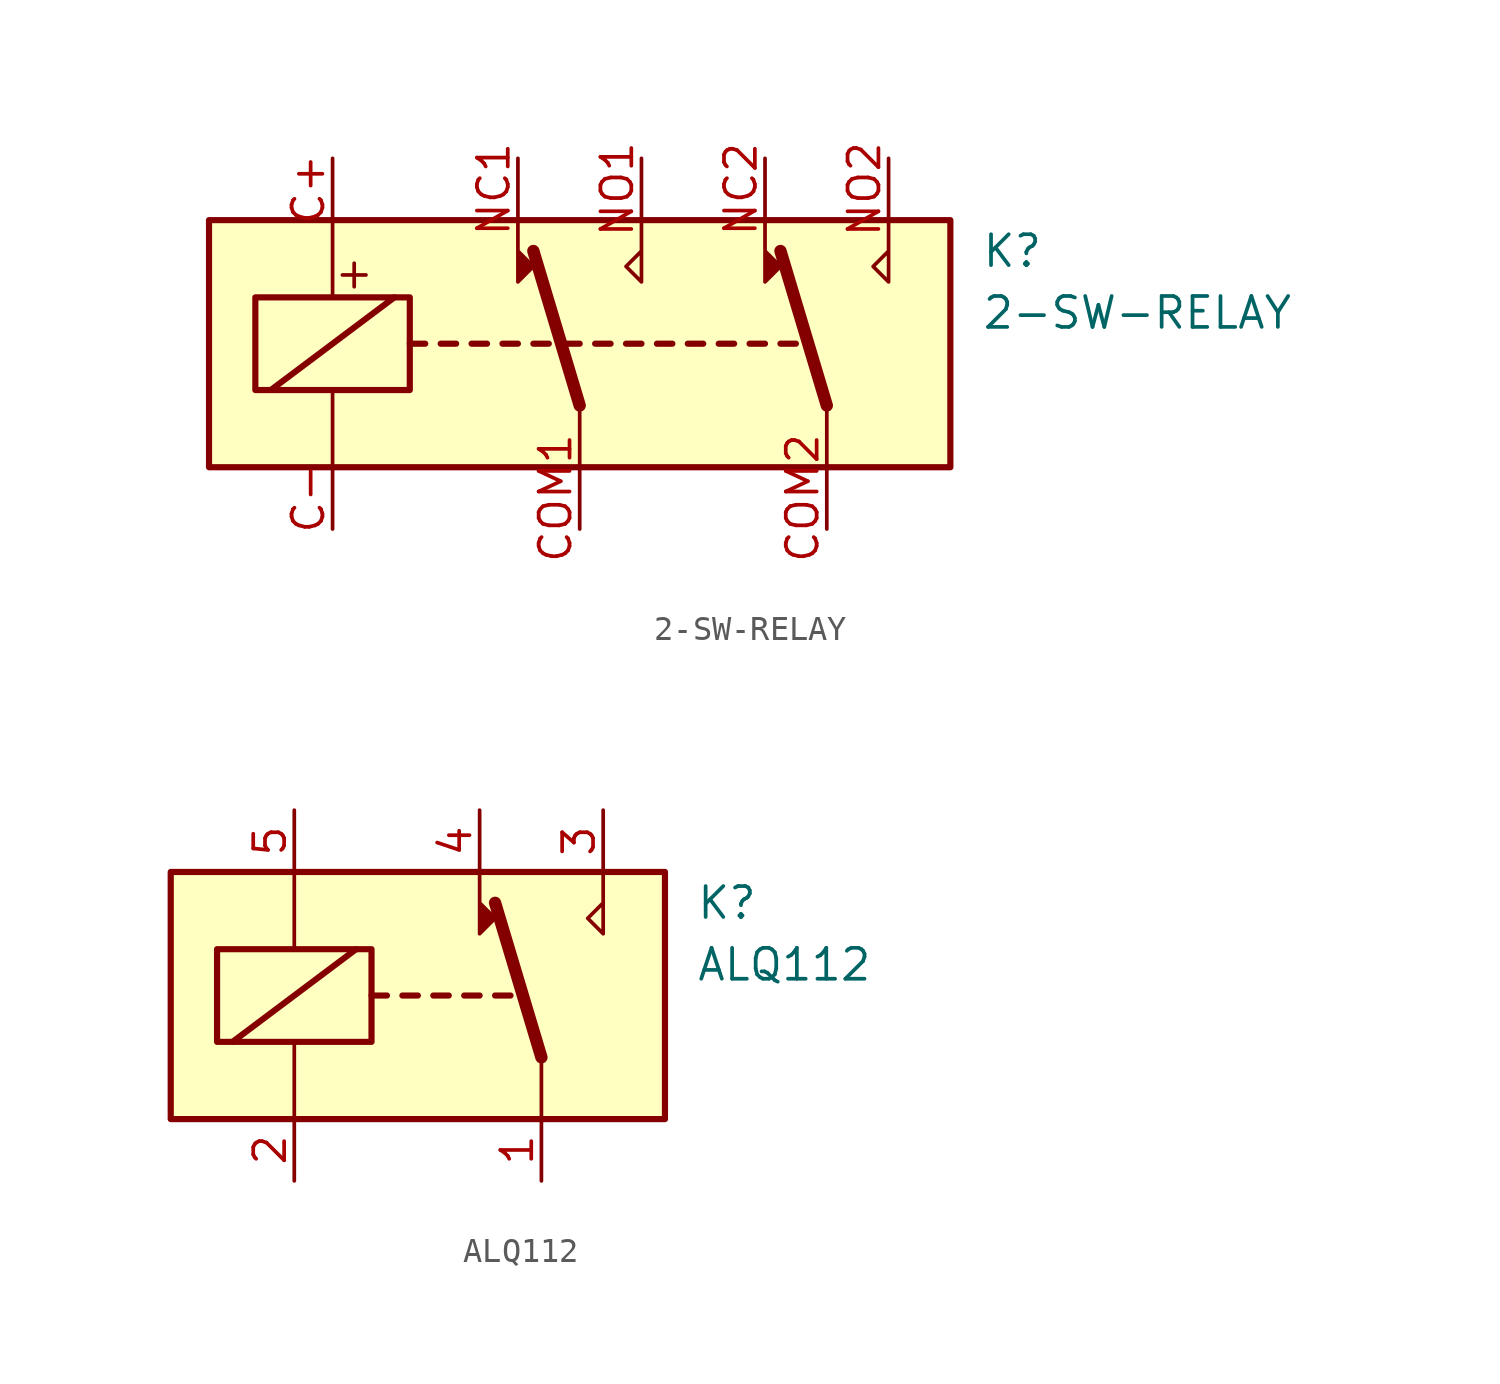
<source format=kicad_sym>
(kicad_symbol_lib
  (version 20211014)
  (generator kicad_symbol_editor)
  (symbol "2-SW-RELAY"
    (property "Reference" "K"
      (at 16.51 3.81 0)
      (effects (font (size 1.27 1.27)) (justify left)))
    (property "Value" "2-SW-RELAY"
      (at 16.51 1.27 0)
      (effects (font (size 1.27 1.27)) (justify left)))
    (symbol "2-SW-RELAY_0_0"
      (text "+" (at -9.271 2.921 0) (effects (font (size 1.27 1.27)))))
    (symbol "2-SW-RELAY_0_1"
      (rectangle (start -15.24 5.08) (end 15.24 -5.08) (stroke (width 0.254) (type default) (color 0 0 0 0)) (fill (type background)))
      (rectangle (start -13.335 1.905) (end -6.985 -1.905) (stroke (width 0.254) (type default) (color 0 0 0 0)) (fill (type none)))
      (polyline (pts (xy -12.7 -1.905) (xy -7.62 1.905)) (stroke (width 0.254) (type default) (color 0 0 0 0)) (fill (type none)))
      (polyline (pts (xy -10.16 -5.08) (xy -10.16 -1.905)) (stroke (width 0) (type default) (color 0 0 0 0)) (fill (type none)))
      (polyline (pts (xy -10.16 5.08) (xy -10.16 1.905)) (stroke (width 0) (type default) (color 0 0 0 0)) (fill (type none)))
      (polyline (pts (xy -6.985 0) (xy -6.35 0)) (stroke (width 0.254) (type default) (color 0 0 0 0)) (fill (type none)))
      (polyline (pts (xy -5.715 0) (xy -5.08 0)) (stroke (width 0.254) (type default) (color 0 0 0 0)) (fill (type none)))
      (polyline (pts (xy -4.445 0) (xy -3.81 0)) (stroke (width 0.254) (type default) (color 0 0 0 0)) (fill (type none)))
      (polyline (pts (xy -3.175 0) (xy -2.54 0)) (stroke (width 0.254) (type default) (color 0 0 0 0)) (fill (type none)))
      (polyline (pts (xy -1.905 0) (xy -1.27 0)) (stroke (width 0.254) (type default) (color 0 0 0 0)) (fill (type none)))
      (polyline (pts (xy -0.635 0) (xy 0 0)) (stroke (width 0.254) (type default) (color 0 0 0 0)) (fill (type none)))
      (polyline (pts (xy 0 -2.54) (xy -1.905 3.81)) (stroke (width 0.508) (type default) (color 0 0 0 0)) (fill (type none)))
      (polyline (pts (xy 0 -2.54) (xy 0 -5.08)) (stroke (width 0) (type default) (color 0 0 0 0)) (fill (type none)))
      (polyline (pts (xy 0.635 0) (xy 1.27 0)) (stroke (width 0.254) (type default) (color 0 0 0 0)) (fill (type none)))
      (polyline (pts (xy 1.905 0) (xy 2.54 0)) (stroke (width 0.254) (type default) (color 0 0 0 0)) (fill (type none)))
      (polyline (pts (xy 3.175 0) (xy 3.81 0)) (stroke (width 0.254) (type default) (color 0 0 0 0)) (fill (type none)))
      (polyline (pts (xy 4.445 0) (xy 5.08 0)) (stroke (width 0.254) (type default) (color 0 0 0 0)) (fill (type none)))
      (polyline (pts (xy 5.715 0) (xy 6.35 0)) (stroke (width 0.254) (type default) (color 0 0 0 0)) (fill (type none)))
      (polyline (pts (xy 6.985 0) (xy 7.62 0)) (stroke (width 0.254) (type default) (color 0 0 0 0)) (fill (type none)))
      (polyline (pts (xy 8.255 0) (xy 8.89 0)) (stroke (width 0.254) (type default) (color 0 0 0 0)) (fill (type none)))
      (polyline (pts (xy 10.16 -2.54) (xy 8.255 3.81)) (stroke (width 0.508) (type default) (color 0 0 0 0)) (fill (type none)))
      (polyline (pts (xy 10.16 -2.54) (xy 10.16 -5.08)) (stroke (width 0) (type default) (color 0 0 0 0)) (fill (type none)))
      (polyline (pts (xy -2.54 5.08) (xy -2.54 2.54) (xy -1.905 3.175) (xy -2.54 3.81)) (stroke (width 0) (type default) (color 0 0 0 0)) (fill (type outline)))
      (polyline (pts (xy 2.54 5.08) (xy 2.54 2.54) (xy 1.905 3.175) (xy 2.54 3.81)) (stroke (width 0) (type default) (color 0 0 0 0)) (fill (type none)))
      (polyline (pts (xy 7.62 5.08) (xy 7.62 2.54) (xy 8.255 3.175) (xy 7.62 3.81)) (stroke (width 0) (type default) (color 0 0 0 0)) (fill (type outline)))
      (polyline (pts (xy 12.7 5.08) (xy 12.7 2.54) (xy 12.065 3.175) (xy 12.7 3.81)) (stroke (width 0) (type default) (color 0 0 0 0)) (fill (type none))))
    (symbol "2-SW-RELAY_1_1"
      (pin passive line (at -10.16 7.62 270) (length 2.54) (name "~" (effects (font (size 1.27 1.27)))) (number "C+" (effects (font (size 1.27 1.27)))))
      (pin passive line (at -10.16 -7.62 90) (length 2.54) (name "~" (effects (font (size 1.27 1.27)))) (number "C-" (effects (font (size 1.27 1.27)))))
      (pin passive line (at 0 -7.62 90) (length 2.54) (name "~" (effects (font (size 1.27 1.27)))) (number "COM1" (effects (font (size 1.27 1.27)))))
      (pin passive line (at 10.16 -7.62 90) (length 2.54) (name "~" (effects (font (size 1.27 1.27)))) (number "COM2" (effects (font (size 1.27 1.27)))))
      (pin passive line (at -2.54 7.62 270) (length 2.54) (name "~" (effects (font (size 1.27 1.27)))) (number "NC1" (effects (font (size 1.27 1.27)))))
      (pin passive line (at 7.62 7.62 270) (length 2.54) (name "~" (effects (font (size 1.27 1.27)))) (number "NC2" (effects (font (size 1.27 1.27)))))
      (pin passive line (at 2.54 7.62 270) (length 2.54) (name "~" (effects (font (size 1.27 1.27)))) (number "NO1" (effects (font (size 1.27 1.27)))))
      (pin passive line (at 12.7 7.62 270) (length 2.54) (name "~" (effects (font (size 1.27 1.27)))) (number "NO2" (effects (font (size 1.27 1.27)))))))
  (symbol "ALQ112"
    (property "Reference" "K"
      (at 11.43 3.81 0)
      (effects (font (size 1.27 1.27)) (justify left)))
    (property "Value" "ALQ112"
      (at 11.43 1.27 0)
      (effects (font (size 1.27 1.27)) (justify left)))
    (symbol "ALQ112_0_0"
      (polyline (pts (xy 7.62 5.08) (xy 7.62 2.54) (xy 6.985 3.175) (xy 7.62 3.81)) (stroke (width 0) (type default) (color 0 0 0 0)) (fill (type none))))
    (symbol "ALQ112_0_1"
      (rectangle (start -10.16 5.08) (end 10.16 -5.08) (stroke (width 0.254) (type default) (color 0 0 0 0)) (fill (type background)))
      (rectangle (start -8.255 1.905) (end -1.905 -1.905) (stroke (width 0.254) (type default) (color 0 0 0 0)) (fill (type none)))
      (polyline (pts (xy -7.62 -1.905) (xy -2.54 1.905)) (stroke (width 0.254) (type default) (color 0 0 0 0)) (fill (type none)))
      (polyline (pts (xy -5.08 -5.08) (xy -5.08 -1.905)) (stroke (width 0) (type default) (color 0 0 0 0)) (fill (type none)))
      (polyline (pts (xy -5.08 5.08) (xy -5.08 1.905)) (stroke (width 0) (type default) (color 0 0 0 0)) (fill (type none)))
      (polyline (pts (xy -1.905 0) (xy -1.27 0)) (stroke (width 0.254) (type default) (color 0 0 0 0)) (fill (type none)))
      (polyline (pts (xy -0.635 0) (xy 0 0)) (stroke (width 0.254) (type default) (color 0 0 0 0)) (fill (type none)))
      (polyline (pts (xy 0.635 0) (xy 1.27 0)) (stroke (width 0.254) (type default) (color 0 0 0 0)) (fill (type none)))
      (polyline (pts (xy 1.905 0) (xy 2.54 0)) (stroke (width 0.254) (type default) (color 0 0 0 0)) (fill (type none)))
      (polyline (pts (xy 3.175 0) (xy 3.81 0)) (stroke (width 0.254) (type default) (color 0 0 0 0)) (fill (type none)))
      (polyline (pts (xy 5.08 -2.54) (xy 3.175 3.81)) (stroke (width 0.508) (type default) (color 0 0 0 0)) (fill (type none)))
      (polyline (pts (xy 5.08 -2.54) (xy 5.08 -5.08)) (stroke (width 0) (type default) (color 0 0 0 0)) (fill (type none)))
      (polyline (pts (xy 2.54 5.08) (xy 2.54 2.54) (xy 3.175 3.175) (xy 2.54 3.81)) (stroke (width 0) (type default) (color 0 0 0 0)) (fill (type outline))))
    (symbol "ALQ112_1_1"
      (pin passive line (at 5.08 -7.62 90) (length 2.54) (name "~" (effects (font (size 1.27 1.27)))) (number "1" (effects (font (size 1.27 1.27)))))
      (pin passive line (at -5.08 -7.62 90) (length 2.54) (name "~" (effects (font (size 1.27 1.27)))) (number "2" (effects (font (size 1.27 1.27)))))
      (pin passive line (at 7.62 7.62 270) (length 2.54) (name "~" (effects (font (size 1.27 1.27)))) (number "3" (effects (font (size 1.27 1.27)))))
      (pin passive line (at 2.54 7.62 270) (length 2.54) (name "~" (effects (font (size 1.27 1.27)))) (number "4" (effects (font (size 1.27 1.27)))))
      (pin passive line (at -5.08 7.62 270) (length 2.54) (name "~" (effects (font (size 1.27 1.27)))) (number "5" (effects (font (size 1.27 1.27))))))))
</source>
